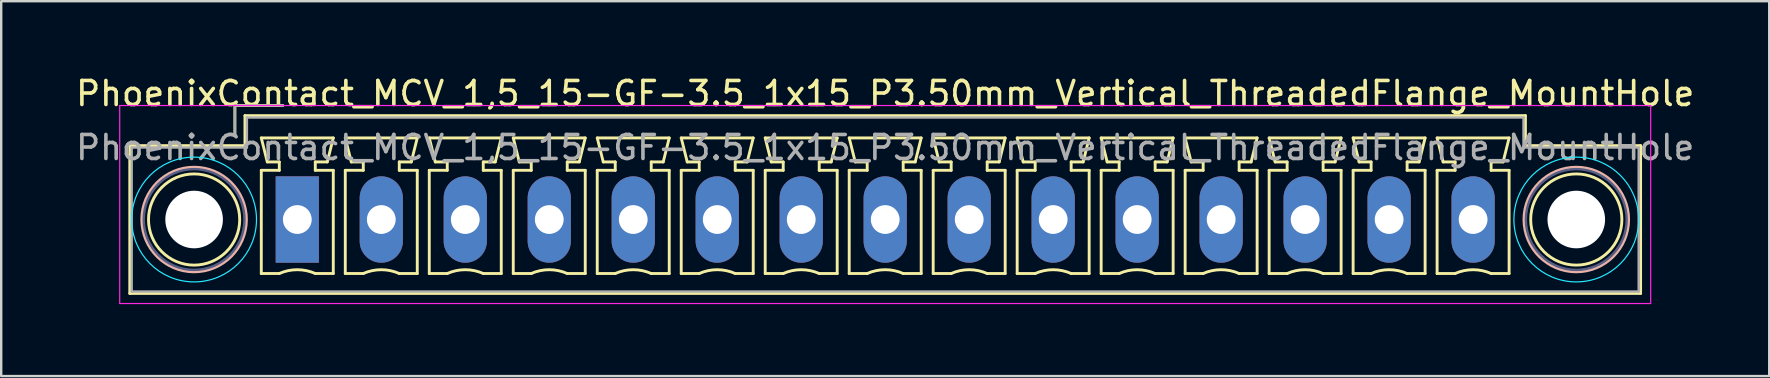
<source format=kicad_pcb>
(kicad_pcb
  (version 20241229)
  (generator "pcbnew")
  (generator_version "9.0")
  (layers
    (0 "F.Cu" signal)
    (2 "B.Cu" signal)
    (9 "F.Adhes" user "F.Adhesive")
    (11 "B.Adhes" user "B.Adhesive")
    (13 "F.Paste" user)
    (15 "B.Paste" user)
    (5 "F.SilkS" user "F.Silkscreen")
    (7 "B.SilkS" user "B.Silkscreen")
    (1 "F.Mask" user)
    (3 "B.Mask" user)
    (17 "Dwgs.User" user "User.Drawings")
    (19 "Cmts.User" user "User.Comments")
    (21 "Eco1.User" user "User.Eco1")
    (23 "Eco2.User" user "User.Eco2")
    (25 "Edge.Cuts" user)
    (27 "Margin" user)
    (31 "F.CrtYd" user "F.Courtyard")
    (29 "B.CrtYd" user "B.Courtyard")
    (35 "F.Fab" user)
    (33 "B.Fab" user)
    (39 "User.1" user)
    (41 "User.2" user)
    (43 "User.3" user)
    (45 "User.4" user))
  (footprint "PhoenixContact_MCV_1,5_15-GF-3.5_1x15_P3.50mm_Vertical_ThreadedFlange_MountHole"
    (layer "F.Cu")
    (at 9.339 6.098)
    (property "Reference" "PhoenixContact_MCV_1,5_15-GF-3.5_1x15_P3.50mm_Vertical_ThreadedFlange_MountHole" (at 24.5 -5.25 0) (layer "F.SilkS") (effects (font (size 1 1) (thickness 0.15))))
    (attr through_hole)
    (fp_line (start -6.98 -3.08) (end -6.98 3.08) (stroke (width 0.12) (type solid)) (layer "F.SilkS"))
    (fp_line (start -6.98 3.08) (end 55.98 3.08) (stroke (width 0.12) (type solid)) (layer "F.SilkS"))
    (fp_line (start -2.6 -4.75) (end -0.6 -4.75) (stroke (width 0.12) (type solid)) (layer "F.SilkS"))
    (fp_line (start -2.6 -3.5) (end -2.6 -4.75) (stroke (width 0.12) (type solid)) (layer "F.SilkS"))
    (fp_line (start -2.18 -4.33) (end -2.18 -3.08) (stroke (width 0.12) (type solid)) (layer "F.SilkS"))
    (fp_line (start -2.18 -3.08) (end -6.98 -3.08) (stroke (width 0.12) (type solid)) (layer "F.SilkS"))
    (fp_line (start -1.5 -3.4) (end 1.5 -3.4) (stroke (width 0.12) (type solid)) (layer "F.SilkS"))
    (fp_line (start -1.5 -2.05) (end -0.75 -2.05) (stroke (width 0.12) (type solid)) (layer "F.SilkS"))
    (fp_line (start -1.5 2.25) (end -1.5 -2.05) (stroke (width 0.12) (type solid)) (layer "F.SilkS"))
    (fp_line (start -1.25 -2.4) (end -1.5 -3.4) (stroke (width 0.12) (type solid)) (layer "F.SilkS"))
    (fp_line (start -0.75 -2.4) (end -1.25 -2.4) (stroke (width 0.12) (type solid)) (layer "F.SilkS"))
    (fp_line (start -0.75 -2.05) (end -0.75 -2.4) (stroke (width 0.12) (type solid)) (layer "F.SilkS"))
    (fp_line (start -0.75 2.25) (end -1.5 2.25) (stroke (width 0.12) (type solid)) (layer "F.SilkS"))
    (fp_line (start 0.75 -2.4) (end 0.75 -2.05) (stroke (width 0.12) (type solid)) (layer "F.SilkS"))
    (fp_line (start 0.75 -2.05) (end 1.5 -2.05) (stroke (width 0.12) (type solid)) (layer "F.SilkS"))
    (fp_line (start 1.25 -2.4) (end 0.75 -2.4) (stroke (width 0.12) (type solid)) (layer "F.SilkS"))
    (fp_line (start 1.5 -3.4) (end 1.25 -2.4) (stroke (width 0.12) (type solid)) (layer "F.SilkS"))
    (fp_line (start 1.5 -2.05) (end 1.5 2.25) (stroke (width 0.12) (type solid)) (layer "F.SilkS"))
    (fp_line (start 1.5 2.25) (end 0.75 2.25) (stroke (width 0.12) (type solid)) (layer "F.SilkS"))
    (fp_line (start 2 -3.4) (end 5 -3.4) (stroke (width 0.12) (type solid)) (layer "F.SilkS"))
    (fp_line (start 2 -2.05) (end 2.75 -2.05) (stroke (width 0.12) (type solid)) (layer "F.SilkS"))
    (fp_line (start 2 2.25) (end 2 -2.05) (stroke (width 0.12) (type solid)) (layer "F.SilkS"))
    (fp_line (start 2.25 -2.4) (end 2 -3.4) (stroke (width 0.12) (type solid)) (layer "F.SilkS"))
    (fp_line (start 2.75 -2.4) (end 2.25 -2.4) (stroke (width 0.12) (type solid)) (layer "F.SilkS"))
    (fp_line (start 2.75 -2.05) (end 2.75 -2.4) (stroke (width 0.12) (type solid)) (layer "F.SilkS"))
    (fp_line (start 2.75 2.25) (end 2 2.25) (stroke (width 0.12) (type solid)) (layer "F.SilkS"))
    (fp_line (start 4.25 -2.4) (end 4.25 -2.05) (stroke (width 0.12) (type solid)) (layer "F.SilkS"))
    (fp_line (start 4.25 -2.05) (end 5 -2.05) (stroke (width 0.12) (type solid)) (layer "F.SilkS"))
    (fp_line (start 4.75 -2.4) (end 4.25 -2.4) (stroke (width 0.12) (type solid)) (layer "F.SilkS"))
    (fp_line (start 5 -3.4) (end 4.75 -2.4) (stroke (width 0.12) (type solid)) (layer "F.SilkS"))
    (fp_line (start 5 -2.05) (end 5 2.25) (stroke (width 0.12) (type solid)) (layer "F.SilkS"))
    (fp_line (start 5 2.25) (end 4.25 2.25) (stroke (width 0.12) (type solid)) (layer "F.SilkS"))
    (fp_line (start 5.5 -3.4) (end 8.5 -3.4) (stroke (width 0.12) (type solid)) (layer "F.SilkS"))
    (fp_line (start 5.5 -2.05) (end 6.25 -2.05) (stroke (width 0.12) (type solid)) (layer "F.SilkS"))
    (fp_line (start 5.5 2.25) (end 5.5 -2.05) (stroke (width 0.12) (type solid)) (layer "F.SilkS"))
    (fp_line (start 5.75 -2.4) (end 5.5 -3.4) (stroke (width 0.12) (type solid)) (layer "F.SilkS"))
    (fp_line (start 6.25 -2.4) (end 5.75 -2.4) (stroke (width 0.12) (type solid)) (layer "F.SilkS"))
    (fp_line (start 6.25 -2.05) (end 6.25 -2.4) (stroke (width 0.12) (type solid)) (layer "F.SilkS"))
    (fp_line (start 6.25 2.25) (end 5.5 2.25) (stroke (width 0.12) (type solid)) (layer "F.SilkS"))
    (fp_line (start 7.75 -2.4) (end 7.75 -2.05) (stroke (width 0.12) (type solid)) (layer "F.SilkS"))
    (fp_line (start 7.75 -2.05) (end 8.5 -2.05) (stroke (width 0.12) (type solid)) (layer "F.SilkS"))
    (fp_line (start 8.25 -2.4) (end 7.75 -2.4) (stroke (width 0.12) (type solid)) (layer "F.SilkS"))
    (fp_line (start 8.5 -3.4) (end 8.25 -2.4) (stroke (width 0.12) (type solid)) (layer "F.SilkS"))
    (fp_line (start 8.5 -2.05) (end 8.5 2.25) (stroke (width 0.12) (type solid)) (layer "F.SilkS"))
    (fp_line (start 8.5 2.25) (end 7.75 2.25) (stroke (width 0.12) (type solid)) (layer "F.SilkS"))
    (fp_line (start 9 -3.4) (end 12 -3.4) (stroke (width 0.12) (type solid)) (layer "F.SilkS"))
    (fp_line (start 9 -2.05) (end 9.75 -2.05) (stroke (width 0.12) (type solid)) (layer "F.SilkS"))
    (fp_line (start 9 2.25) (end 9 -2.05) (stroke (width 0.12) (type solid)) (layer "F.SilkS"))
    (fp_line (start 9.25 -2.4) (end 9 -3.4) (stroke (width 0.12) (type solid)) (layer "F.SilkS"))
    (fp_line (start 9.75 -2.4) (end 9.25 -2.4) (stroke (width 0.12) (type solid)) (layer "F.SilkS"))
    (fp_line (start 9.75 -2.05) (end 9.75 -2.4) (stroke (width 0.12) (type solid)) (layer "F.SilkS"))
    (fp_line (start 9.75 2.25) (end 9 2.25) (stroke (width 0.12) (type solid)) (layer "F.SilkS"))
    (fp_line (start 11.25 -2.4) (end 11.25 -2.05) (stroke (width 0.12) (type solid)) (layer "F.SilkS"))
    (fp_line (start 11.25 -2.05) (end 12 -2.05) (stroke (width 0.12) (type solid)) (layer "F.SilkS"))
    (fp_line (start 11.75 -2.4) (end 11.25 -2.4) (stroke (width 0.12) (type solid)) (layer "F.SilkS"))
    (fp_line (start 12 -3.4) (end 11.75 -2.4) (stroke (width 0.12) (type solid)) (layer "F.SilkS"))
    (fp_line (start 12 -2.05) (end 12 2.25) (stroke (width 0.12) (type solid)) (layer "F.SilkS"))
    (fp_line (start 12 2.25) (end 11.25 2.25) (stroke (width 0.12) (type solid)) (layer "F.SilkS"))
    (fp_line (start 12.5 -3.4) (end 15.5 -3.4) (stroke (width 0.12) (type solid)) (layer "F.SilkS"))
    (fp_line (start 12.5 -2.05) (end 13.25 -2.05) (stroke (width 0.12) (type solid)) (layer "F.SilkS"))
    (fp_line (start 12.5 2.25) (end 12.5 -2.05) (stroke (width 0.12) (type solid)) (layer "F.SilkS"))
    (fp_line (start 12.75 -2.4) (end 12.5 -3.4) (stroke (width 0.12) (type solid)) (layer "F.SilkS"))
    (fp_line (start 13.25 -2.4) (end 12.75 -2.4) (stroke (width 0.12) (type solid)) (layer "F.SilkS"))
    (fp_line (start 13.25 -2.05) (end 13.25 -2.4) (stroke (width 0.12) (type solid)) (layer "F.SilkS"))
    (fp_line (start 13.25 2.25) (end 12.5 2.25) (stroke (width 0.12) (type solid)) (layer "F.SilkS"))
    (fp_line (start 14.75 -2.4) (end 14.75 -2.05) (stroke (width 0.12) (type solid)) (layer "F.SilkS"))
    (fp_line (start 14.75 -2.05) (end 15.5 -2.05) (stroke (width 0.12) (type solid)) (layer "F.SilkS"))
    (fp_line (start 15.25 -2.4) (end 14.75 -2.4) (stroke (width 0.12) (type solid)) (layer "F.SilkS"))
    (fp_line (start 15.5 -3.4) (end 15.25 -2.4) (stroke (width 0.12) (type solid)) (layer "F.SilkS"))
    (fp_line (start 15.5 -2.05) (end 15.5 2.25) (stroke (width 0.12) (type solid)) (layer "F.SilkS"))
    (fp_line (start 15.5 2.25) (end 14.75 2.25) (stroke (width 0.12) (type solid)) (layer "F.SilkS"))
    (fp_line (start 16 -3.4) (end 19 -3.4) (stroke (width 0.12) (type solid)) (layer "F.SilkS"))
    (fp_line (start 16 -2.05) (end 16.75 -2.05) (stroke (width 0.12) (type solid)) (layer "F.SilkS"))
    (fp_line (start 16 2.25) (end 16 -2.05) (stroke (width 0.12) (type solid)) (layer "F.SilkS"))
    (fp_line (start 16.25 -2.4) (end 16 -3.4) (stroke (width 0.12) (type solid)) (layer "F.SilkS"))
    (fp_line (start 16.75 -2.4) (end 16.25 -2.4) (stroke (width 0.12) (type solid)) (layer "F.SilkS"))
    (fp_line (start 16.75 -2.05) (end 16.75 -2.4) (stroke (width 0.12) (type solid)) (layer "F.SilkS"))
    (fp_line (start 16.75 2.25) (end 16 2.25) (stroke (width 0.12) (type solid)) (layer "F.SilkS"))
    (fp_line (start 18.25 -2.4) (end 18.25 -2.05) (stroke (width 0.12) (type solid)) (layer "F.SilkS"))
    (fp_line (start 18.25 -2.05) (end 19 -2.05) (stroke (width 0.12) (type solid)) (layer "F.SilkS"))
    (fp_line (start 18.75 -2.4) (end 18.25 -2.4) (stroke (width 0.12) (type solid)) (layer "F.SilkS"))
    (fp_line (start 19 -3.4) (end 18.75 -2.4) (stroke (width 0.12) (type solid)) (layer "F.SilkS"))
    (fp_line (start 19 -2.05) (end 19 2.25) (stroke (width 0.12) (type solid)) (layer "F.SilkS"))
    (fp_line (start 19 2.25) (end 18.25 2.25) (stroke (width 0.12) (type solid)) (layer "F.SilkS"))
    (fp_line (start 19.5 -3.4) (end 22.5 -3.4) (stroke (width 0.12) (type solid)) (layer "F.SilkS"))
    (fp_line (start 19.5 -2.05) (end 20.25 -2.05) (stroke (width 0.12) (type solid)) (layer "F.SilkS"))
    (fp_line (start 19.5 2.25) (end 19.5 -2.05) (stroke (width 0.12) (type solid)) (layer "F.SilkS"))
    (fp_line (start 19.75 -2.4) (end 19.5 -3.4) (stroke (width 0.12) (type solid)) (layer "F.SilkS"))
    (fp_line (start 20.25 -2.4) (end 19.75 -2.4) (stroke (width 0.12) (type solid)) (layer "F.SilkS"))
    (fp_line (start 20.25 -2.05) (end 20.25 -2.4) (stroke (width 0.12) (type solid)) (layer "F.SilkS"))
    (fp_line (start 20.25 2.25) (end 19.5 2.25) (stroke (width 0.12) (type solid)) (layer "F.SilkS"))
    (fp_line (start 21.75 -2.4) (end 21.75 -2.05) (stroke (width 0.12) (type solid)) (layer "F.SilkS"))
    (fp_line (start 21.75 -2.05) (end 22.5 -2.05) (stroke (width 0.12) (type solid)) (layer "F.SilkS"))
    (fp_line (start 22.25 -2.4) (end 21.75 -2.4) (stroke (width 0.12) (type solid)) (layer "F.SilkS"))
    (fp_line (start 22.5 -3.4) (end 22.25 -2.4) (stroke (width 0.12) (type solid)) (layer "F.SilkS"))
    (fp_line (start 22.5 -2.05) (end 22.5 2.25) (stroke (width 0.12) (type solid)) (layer "F.SilkS"))
    (fp_line (start 22.5 2.25) (end 21.75 2.25) (stroke (width 0.12) (type solid)) (layer "F.SilkS"))
    (fp_line (start 23 -3.4) (end 26 -3.4) (stroke (width 0.12) (type solid)) (layer "F.SilkS"))
    (fp_line (start 23 -2.05) (end 23.75 -2.05) (stroke (width 0.12) (type solid)) (layer "F.SilkS"))
    (fp_line (start 23 2.25) (end 23 -2.05) (stroke (width 0.12) (type solid)) (layer "F.SilkS"))
    (fp_line (start 23.25 -2.4) (end 23 -3.4) (stroke (width 0.12) (type solid)) (layer "F.SilkS"))
    (fp_line (start 23.75 -2.4) (end 23.25 -2.4) (stroke (width 0.12) (type solid)) (layer "F.SilkS"))
    (fp_line (start 23.75 -2.05) (end 23.75 -2.4) (stroke (width 0.12) (type solid)) (layer "F.SilkS"))
    (fp_line (start 23.75 2.25) (end 23 2.25) (stroke (width 0.12) (type solid)) (layer "F.SilkS"))
    (fp_line (start 25.25 -2.4) (end 25.25 -2.05) (stroke (width 0.12) (type solid)) (layer "F.SilkS"))
    (fp_line (start 25.25 -2.05) (end 26 -2.05) (stroke (width 0.12) (type solid)) (layer "F.SilkS"))
    (fp_line (start 25.75 -2.4) (end 25.25 -2.4) (stroke (width 0.12) (type solid)) (layer "F.SilkS"))
    (fp_line (start 26 -3.4) (end 25.75 -2.4) (stroke (width 0.12) (type solid)) (layer "F.SilkS"))
    (fp_line (start 26 -2.05) (end 26 2.25) (stroke (width 0.12) (type solid)) (layer "F.SilkS"))
    (fp_line (start 26 2.25) (end 25.25 2.25) (stroke (width 0.12) (type solid)) (layer "F.SilkS"))
    (fp_line (start 26.5 -3.4) (end 29.5 -3.4) (stroke (width 0.12) (type solid)) (layer "F.SilkS"))
    (fp_line (start 26.5 -2.05) (end 27.25 -2.05) (stroke (width 0.12) (type solid)) (layer "F.SilkS"))
    (fp_line (start 26.5 2.25) (end 26.5 -2.05) (stroke (width 0.12) (type solid)) (layer "F.SilkS"))
    (fp_line (start 26.75 -2.4) (end 26.5 -3.4) (stroke (width 0.12) (type solid)) (layer "F.SilkS"))
    (fp_line (start 27.25 -2.4) (end 26.75 -2.4) (stroke (width 0.12) (type solid)) (layer "F.SilkS"))
    (fp_line (start 27.25 -2.05) (end 27.25 -2.4) (stroke (width 0.12) (type solid)) (layer "F.SilkS"))
    (fp_line (start 27.25 2.25) (end 26.5 2.25) (stroke (width 0.12) (type solid)) (layer "F.SilkS"))
    (fp_line (start 28.75 -2.4) (end 28.75 -2.05) (stroke (width 0.12) (type solid)) (layer "F.SilkS"))
    (fp_line (start 28.75 -2.05) (end 29.5 -2.05) (stroke (width 0.12) (type solid)) (layer "F.SilkS"))
    (fp_line (start 29.25 -2.4) (end 28.75 -2.4) (stroke (width 0.12) (type solid)) (layer "F.SilkS"))
    (fp_line (start 29.5 -3.4) (end 29.25 -2.4) (stroke (width 0.12) (type solid)) (layer "F.SilkS"))
    (fp_line (start 29.5 -2.05) (end 29.5 2.25) (stroke (width 0.12) (type solid)) (layer "F.SilkS"))
    (fp_line (start 29.5 2.25) (end 28.75 2.25) (stroke (width 0.12) (type solid)) (layer "F.SilkS"))
    (fp_line (start 30 -3.4) (end 33 -3.4) (stroke (width 0.12) (type solid)) (layer "F.SilkS"))
    (fp_line (start 30 -2.05) (end 30.75 -2.05) (stroke (width 0.12) (type solid)) (layer "F.SilkS"))
    (fp_line (start 30 2.25) (end 30 -2.05) (stroke (width 0.12) (type solid)) (layer "F.SilkS"))
    (fp_line (start 30.25 -2.4) (end 30 -3.4) (stroke (width 0.12) (type solid)) (layer "F.SilkS"))
    (fp_line (start 30.75 -2.4) (end 30.25 -2.4) (stroke (width 0.12) (type solid)) (layer "F.SilkS"))
    (fp_line (start 30.75 -2.05) (end 30.75 -2.4) (stroke (width 0.12) (type solid)) (layer "F.SilkS"))
    (fp_line (start 30.75 2.25) (end 30 2.25) (stroke (width 0.12) (type solid)) (layer "F.SilkS"))
    (fp_line (start 32.25 -2.4) (end 32.25 -2.05) (stroke (width 0.12) (type solid)) (layer "F.SilkS"))
    (fp_line (start 32.25 -2.05) (end 33 -2.05) (stroke (width 0.12) (type solid)) (layer "F.SilkS"))
    (fp_line (start 32.75 -2.4) (end 32.25 -2.4) (stroke (width 0.12) (type solid)) (layer "F.SilkS"))
    (fp_line (start 33 -3.4) (end 32.75 -2.4) (stroke (width 0.12) (type solid)) (layer "F.SilkS"))
    (fp_line (start 33 -2.05) (end 33 2.25) (stroke (width 0.12) (type solid)) (layer "F.SilkS"))
    (fp_line (start 33 2.25) (end 32.25 2.25) (stroke (width 0.12) (type solid)) (layer "F.SilkS"))
    (fp_line (start 33.5 -3.4) (end 36.5 -3.4) (stroke (width 0.12) (type solid)) (layer "F.SilkS"))
    (fp_line (start 33.5 -2.05) (end 34.25 -2.05) (stroke (width 0.12) (type solid)) (layer "F.SilkS"))
    (fp_line (start 33.5 2.25) (end 33.5 -2.05) (stroke (width 0.12) (type solid)) (layer "F.SilkS"))
    (fp_line (start 33.75 -2.4) (end 33.5 -3.4) (stroke (width 0.12) (type solid)) (layer "F.SilkS"))
    (fp_line (start 34.25 -2.4) (end 33.75 -2.4) (stroke (width 0.12) (type solid)) (layer "F.SilkS"))
    (fp_line (start 34.25 -2.05) (end 34.25 -2.4) (stroke (width 0.12) (type solid)) (layer "F.SilkS"))
    (fp_line (start 34.25 2.25) (end 33.5 2.25) (stroke (width 0.12) (type solid)) (layer "F.SilkS"))
    (fp_line (start 35.75 -2.4) (end 35.75 -2.05) (stroke (width 0.12) (type solid)) (layer "F.SilkS"))
    (fp_line (start 35.75 -2.05) (end 36.5 -2.05) (stroke (width 0.12) (type solid)) (layer "F.SilkS"))
    (fp_line (start 36.25 -2.4) (end 35.75 -2.4) (stroke (width 0.12) (type solid)) (layer "F.SilkS"))
    (fp_line (start 36.5 -3.4) (end 36.25 -2.4) (stroke (width 0.12) (type solid)) (layer "F.SilkS"))
    (fp_line (start 36.5 -2.05) (end 36.5 2.25) (stroke (width 0.12) (type solid)) (layer "F.SilkS"))
    (fp_line (start 36.5 2.25) (end 35.75 2.25) (stroke (width 0.12) (type solid)) (layer "F.SilkS"))
    (fp_line (start 37 -3.4) (end 40 -3.4) (stroke (width 0.12) (type solid)) (layer "F.SilkS"))
    (fp_line (start 37 -2.05) (end 37.75 -2.05) (stroke (width 0.12) (type solid)) (layer "F.SilkS"))
    (fp_line (start 37 2.25) (end 37 -2.05) (stroke (width 0.12) (type solid)) (layer "F.SilkS"))
    (fp_line (start 37.25 -2.4) (end 37 -3.4) (stroke (width 0.12) (type solid)) (layer "F.SilkS"))
    (fp_line (start 37.75 -2.4) (end 37.25 -2.4) (stroke (width 0.12) (type solid)) (layer "F.SilkS"))
    (fp_line (start 37.75 -2.05) (end 37.75 -2.4) (stroke (width 0.12) (type solid)) (layer "F.SilkS"))
    (fp_line (start 37.75 2.25) (end 37 2.25) (stroke (width 0.12) (type solid)) (layer "F.SilkS"))
    (fp_line (start 39.25 -2.4) (end 39.25 -2.05) (stroke (width 0.12) (type solid)) (layer "F.SilkS"))
    (fp_line (start 39.25 -2.05) (end 40 -2.05) (stroke (width 0.12) (type solid)) (layer "F.SilkS"))
    (fp_line (start 39.75 -2.4) (end 39.25 -2.4) (stroke (width 0.12) (type solid)) (layer "F.SilkS"))
    (fp_line (start 40 -3.4) (end 39.75 -2.4) (stroke (width 0.12) (type solid)) (layer "F.SilkS"))
    (fp_line (start 40 -2.05) (end 40 2.25) (stroke (width 0.12) (type solid)) (layer "F.SilkS"))
    (fp_line (start 40 2.25) (end 39.25 2.25) (stroke (width 0.12) (type solid)) (layer "F.SilkS"))
    (fp_line (start 40.5 -3.4) (end 43.5 -3.4) (stroke (width 0.12) (type solid)) (layer "F.SilkS"))
    (fp_line (start 40.5 -2.05) (end 41.25 -2.05) (stroke (width 0.12) (type solid)) (layer "F.SilkS"))
    (fp_line (start 40.5 2.25) (end 40.5 -2.05) (stroke (width 0.12) (type solid)) (layer "F.SilkS"))
    (fp_line (start 40.75 -2.4) (end 40.5 -3.4) (stroke (width 0.12) (type solid)) (layer "F.SilkS"))
    (fp_line (start 41.25 -2.4) (end 40.75 -2.4) (stroke (width 0.12) (type solid)) (layer "F.SilkS"))
    (fp_line (start 41.25 -2.05) (end 41.25 -2.4) (stroke (width 0.12) (type solid)) (layer "F.SilkS"))
    (fp_line (start 41.25 2.25) (end 40.5 2.25) (stroke (width 0.12) (type solid)) (layer "F.SilkS"))
    (fp_line (start 42.75 -2.4) (end 42.75 -2.05) (stroke (width 0.12) (type solid)) (layer "F.SilkS"))
    (fp_line (start 42.75 -2.05) (end 43.5 -2.05) (stroke (width 0.12) (type solid)) (layer "F.SilkS"))
    (fp_line (start 43.25 -2.4) (end 42.75 -2.4) (stroke (width 0.12) (type solid)) (layer "F.SilkS"))
    (fp_line (start 43.5 -3.4) (end 43.25 -2.4) (stroke (width 0.12) (type solid)) (layer "F.SilkS"))
    (fp_line (start 43.5 -2.05) (end 43.5 2.25) (stroke (width 0.12) (type solid)) (layer "F.SilkS"))
    (fp_line (start 43.5 2.25) (end 42.75 2.25) (stroke (width 0.12) (type solid)) (layer "F.SilkS"))
    (fp_line (start 44 -3.4) (end 47 -3.4) (stroke (width 0.12) (type solid)) (layer "F.SilkS"))
    (fp_line (start 44 -2.05) (end 44.75 -2.05) (stroke (width 0.12) (type solid)) (layer "F.SilkS"))
    (fp_line (start 44 2.25) (end 44 -2.05) (stroke (width 0.12) (type solid)) (layer "F.SilkS"))
    (fp_line (start 44.25 -2.4) (end 44 -3.4) (stroke (width 0.12) (type solid)) (layer "F.SilkS"))
    (fp_line (start 44.75 -2.4) (end 44.25 -2.4) (stroke (width 0.12) (type solid)) (layer "F.SilkS"))
    (fp_line (start 44.75 -2.05) (end 44.75 -2.4) (stroke (width 0.12) (type solid)) (layer "F.SilkS"))
    (fp_line (start 44.75 2.25) (end 44 2.25) (stroke (width 0.12) (type solid)) (layer "F.SilkS"))
    (fp_line (start 46.25 -2.4) (end 46.25 -2.05) (stroke (width 0.12) (type solid)) (layer "F.SilkS"))
    (fp_line (start 46.25 -2.05) (end 47 -2.05) (stroke (width 0.12) (type solid)) (layer "F.SilkS"))
    (fp_line (start 46.75 -2.4) (end 46.25 -2.4) (stroke (width 0.12) (type solid)) (layer "F.SilkS"))
    (fp_line (start 47 -3.4) (end 46.75 -2.4) (stroke (width 0.12) (type solid)) (layer "F.SilkS"))
    (fp_line (start 47 -2.05) (end 47 2.25) (stroke (width 0.12) (type solid)) (layer "F.SilkS"))
    (fp_line (start 47 2.25) (end 46.25 2.25) (stroke (width 0.12) (type solid)) (layer "F.SilkS"))
    (fp_line (start 47.5 -3.4) (end 50.5 -3.4) (stroke (width 0.12) (type solid)) (layer "F.SilkS"))
    (fp_line (start 47.5 -2.05) (end 48.25 -2.05) (stroke (width 0.12) (type solid)) (layer "F.SilkS"))
    (fp_line (start 47.5 2.25) (end 47.5 -2.05) (stroke (width 0.12) (type solid)) (layer "F.SilkS"))
    (fp_line (start 47.75 -2.4) (end 47.5 -3.4) (stroke (width 0.12) (type solid)) (layer "F.SilkS"))
    (fp_line (start 48.25 -2.4) (end 47.75 -2.4) (stroke (width 0.12) (type solid)) (layer "F.SilkS"))
    (fp_line (start 48.25 -2.05) (end 48.25 -2.4) (stroke (width 0.12) (type solid)) (layer "F.SilkS"))
    (fp_line (start 48.25 2.25) (end 47.5 2.25) (stroke (width 0.12) (type solid)) (layer "F.SilkS"))
    (fp_line (start 49.75 -2.4) (end 49.75 -2.05) (stroke (width 0.12) (type solid)) (layer "F.SilkS"))
    (fp_line (start 49.75 -2.05) (end 50.5 -2.05) (stroke (width 0.12) (type solid)) (layer "F.SilkS"))
    (fp_line (start 50.25 -2.4) (end 49.75 -2.4) (stroke (width 0.12) (type solid)) (layer "F.SilkS"))
    (fp_line (start 50.5 -3.4) (end 50.25 -2.4) (stroke (width 0.12) (type solid)) (layer "F.SilkS"))
    (fp_line (start 50.5 -2.05) (end 50.5 2.25) (stroke (width 0.12) (type solid)) (layer "F.SilkS"))
    (fp_line (start 50.5 2.25) (end 49.75 2.25) (stroke (width 0.12) (type solid)) (layer "F.SilkS"))
    (fp_line (start 51.18 -4.33) (end -2.18 -4.33) (stroke (width 0.12) (type solid)) (layer "F.SilkS"))
    (fp_line (start 51.18 -3.08) (end 51.18 -4.33) (stroke (width 0.12) (type solid)) (layer "F.SilkS"))
    (fp_line (start 55.98 -3.08) (end 51.18 -3.08) (stroke (width 0.12) (type solid)) (layer "F.SilkS"))
    (fp_line (start 55.98 3.08) (end 55.98 -3.08) (stroke (width 0.12) (type solid)) (layer "F.SilkS"))
    (fp_arc (start -0.75 2.25) (mid -0.000193 2.09191) (end 0.749647 2.249844) (stroke (width 0.12) (type solid)) (layer "F.SilkS"))
    (fp_arc (start 2.75 2.25) (mid 3.499807 2.09191) (end 4.249647 2.249844) (stroke (width 0.12) (type solid)) (layer "F.SilkS"))
    (fp_arc (start 6.25 2.25) (mid 6.999807 2.09191) (end 7.749647 2.249844) (stroke (width 0.12) (type solid)) (layer "F.SilkS"))
    (fp_arc (start 9.75 2.25) (mid 10.499807 2.09191) (end 11.249647 2.249844) (stroke (width 0.12) (type solid)) (layer "F.SilkS"))
    (fp_arc (start 13.25 2.25) (mid 13.999807 2.09191) (end 14.749647 2.249844) (stroke (width 0.12) (type solid)) (layer "F.SilkS"))
    (fp_arc (start 16.75 2.25) (mid 17.499807 2.09191) (end 18.249647 2.249844) (stroke (width 0.12) (type solid)) (layer "F.SilkS"))
    (fp_arc (start 20.25 2.25) (mid 20.999807 2.09191) (end 21.749647 2.249844) (stroke (width 0.12) (type solid)) (layer "F.SilkS"))
    (fp_arc (start 23.75 2.25) (mid 24.499807 2.09191) (end 25.249647 2.249844) (stroke (width 0.12) (type solid)) (layer "F.SilkS"))
    (fp_arc (start 27.25 2.25) (mid 27.999807 2.09191) (end 28.749647 2.249844) (stroke (width 0.12) (type solid)) (layer "F.SilkS"))
    (fp_arc (start 30.75 2.25) (mid 31.499807 2.09191) (end 32.249647 2.249844) (stroke (width 0.12) (type solid)) (layer "F.SilkS"))
    (fp_arc (start 34.25 2.25) (mid 34.999807 2.09191) (end 35.749647 2.249844) (stroke (width 0.12) (type solid)) (layer "F.SilkS"))
    (fp_arc (start 37.75 2.25) (mid 38.499807 2.09191) (end 39.249647 2.249844) (stroke (width 0.12) (type solid)) (layer "F.SilkS"))
    (fp_arc (start 41.25 2.25) (mid 41.999807 2.09191) (end 42.749647 2.249844) (stroke (width 0.12) (type solid)) (layer "F.SilkS"))
    (fp_arc (start 44.75 2.25) (mid 45.499807 2.09191) (end 46.249647 2.249844) (stroke (width 0.12) (type solid)) (layer "F.SilkS"))
    (fp_arc (start 48.25 2.25) (mid 48.999807 2.09191) (end 49.749647 2.249844) (stroke (width 0.12) (type solid)) (layer "F.SilkS"))
    (fp_circle (center -4.3 0) (end -2.4 0) (stroke (width 0.12) (type solid)) (fill no) (layer "F.SilkS"))
    (fp_circle (center 53.3 0) (end 55.2 0) (stroke (width 0.12) (type solid)) (fill no) (layer "F.SilkS"))
    (fp_circle (center -4.3 0) (end -2.12 0) (stroke (width 0.12) (type solid)) (fill no) (layer "B.SilkS"))
    (fp_circle (center 53.3 0) (end 55.48 0) (stroke (width 0.12) (type solid)) (fill no) (layer "B.SilkS"))
    (fp_circle (center -4.3 0) (end -1.7 0) (stroke (width 0.05) (type solid)) (fill no) (layer "B.CrtYd"))
    (fp_circle (center 53.3 0) (end 55.9 0) (stroke (width 0.05) (type solid)) (fill no) (layer "B.CrtYd"))
    (fp_line (start -7.4 -4.75) (end -7.4 3.5) (stroke (width 0.05) (type solid)) (layer "F.CrtYd"))
    (fp_line (start -7.4 3.5) (end 56.4 3.5) (stroke (width 0.05) (type solid)) (layer "F.CrtYd"))
    (fp_line (start 56.4 -4.75) (end -7.4 -4.75) (stroke (width 0.05) (type solid)) (layer "F.CrtYd"))
    (fp_line (start 56.4 3.5) (end 56.4 -4.75) (stroke (width 0.05) (type solid)) (layer "F.CrtYd"))
    (fp_circle (center -4.3 0) (end -2.2 0) (stroke (width 0.1) (type solid)) (fill no) (layer "B.Fab"))
    (fp_circle (center 53.3 0) (end 55.4 0) (stroke (width 0.1) (type solid)) (fill no) (layer "B.Fab"))
    (fp_line (start -6.9 -3) (end -6.9 3) (stroke (width 0.1) (type solid)) (layer "F.Fab"))
    (fp_line (start -6.9 3) (end 55.9 3) (stroke (width 0.1) (type solid)) (layer "F.Fab"))
    (fp_line (start -2.6 -4.75) (end -0.6 -4.75) (stroke (width 0.1) (type solid)) (layer "F.Fab"))
    (fp_line (start -2.6 -3.5) (end -2.6 -4.75) (stroke (width 0.1) (type solid)) (layer "F.Fab"))
    (fp_line (start -2.1 -4.25) (end -2.1 -3) (stroke (width 0.1) (type solid)) (layer "F.Fab"))
    (fp_line (start -2.1 -3) (end -6.9 -3) (stroke (width 0.1) (type solid)) (layer "F.Fab"))
    (fp_line (start 51.1 -4.25) (end -2.1 -4.25) (stroke (width 0.1) (type solid)) (layer "F.Fab"))
    (fp_line (start 51.1 -3) (end 51.1 -4.25) (stroke (width 0.1) (type solid)) (layer "F.Fab"))
    (fp_line (start 55.9 -3) (end 51.1 -3) (stroke (width 0.1) (type solid)) (layer "F.Fab"))
    (fp_line (start 55.9 3) (end 55.9 -3) (stroke (width 0.1) (type solid)) (layer "F.Fab"))
    (fp_text user "${REFERENCE}" (at 24.5 -3 0) (layer "F.Fab") (effects (font (size 1 1) (thickness 0.15))))
    (pad "" np_thru_hole circle (at -4.3 0) (size 2.4 2.4) (drill 2.4) (layers "*.Cu" "*.Mask"))
    (pad "" np_thru_hole circle (at 53.3 0) (size 2.4 2.4) (drill 2.4) (layers "*.Cu" "*.Mask"))
    (pad "1" thru_hole rect (at 0 0) (size 1.8 3.6) (drill 1.2) (layers "*.Cu" "*.Mask"))
    (pad "2" thru_hole oval (at 3.5 0) (size 1.8 3.6) (drill 1.2) (layers "*.Cu" "*.Mask"))
    (pad "3" thru_hole oval (at 7 0) (size 1.8 3.6) (drill 1.2) (layers "*.Cu" "*.Mask"))
    (pad "4" thru_hole oval (at 10.5 0) (size 1.8 3.6) (drill 1.2) (layers "*.Cu" "*.Mask"))
    (pad "5" thru_hole oval (at 14 0) (size 1.8 3.6) (drill 1.2) (layers "*.Cu" "*.Mask"))
    (pad "6" thru_hole oval (at 17.5 0) (size 1.8 3.6) (drill 1.2) (layers "*.Cu" "*.Mask"))
    (pad "7" thru_hole oval (at 21 0) (size 1.8 3.6) (drill 1.2) (layers "*.Cu" "*.Mask"))
    (pad "8" thru_hole oval (at 24.5 0) (size 1.8 3.6) (drill 1.2) (layers "*.Cu" "*.Mask"))
    (pad "9" thru_hole oval (at 28 0) (size 1.8 3.6) (drill 1.2) (layers "*.Cu" "*.Mask"))
    (pad "10" thru_hole oval (at 31.5 0) (size 1.8 3.6) (drill 1.2) (layers "*.Cu" "*.Mask"))
    (pad "11" thru_hole oval (at 35 0) (size 1.8 3.6) (drill 1.2) (layers "*.Cu" "*.Mask"))
    (pad "12" thru_hole oval (at 38.5 0) (size 1.8 3.6) (drill 1.2) (layers "*.Cu" "*.Mask"))
    (pad "13" thru_hole oval (at 42 0) (size 1.8 3.6) (drill 1.2) (layers "*.Cu" "*.Mask"))
    (pad "14" thru_hole oval (at 45.5 0) (size 1.8 3.6) (drill 1.2) (layers "*.Cu" "*.Mask"))
    (pad "15" thru_hole oval (at 49 0) (size 1.8 3.6) (drill 1.2) (layers "*.Cu" "*.Mask")))
  (gr_rect
    (start -3 -3)
    (end 70.679 12.623)
    (stroke (width 0.1) (type default))
    (fill no)
    (layer "Edge.Cuts")))
</source>
